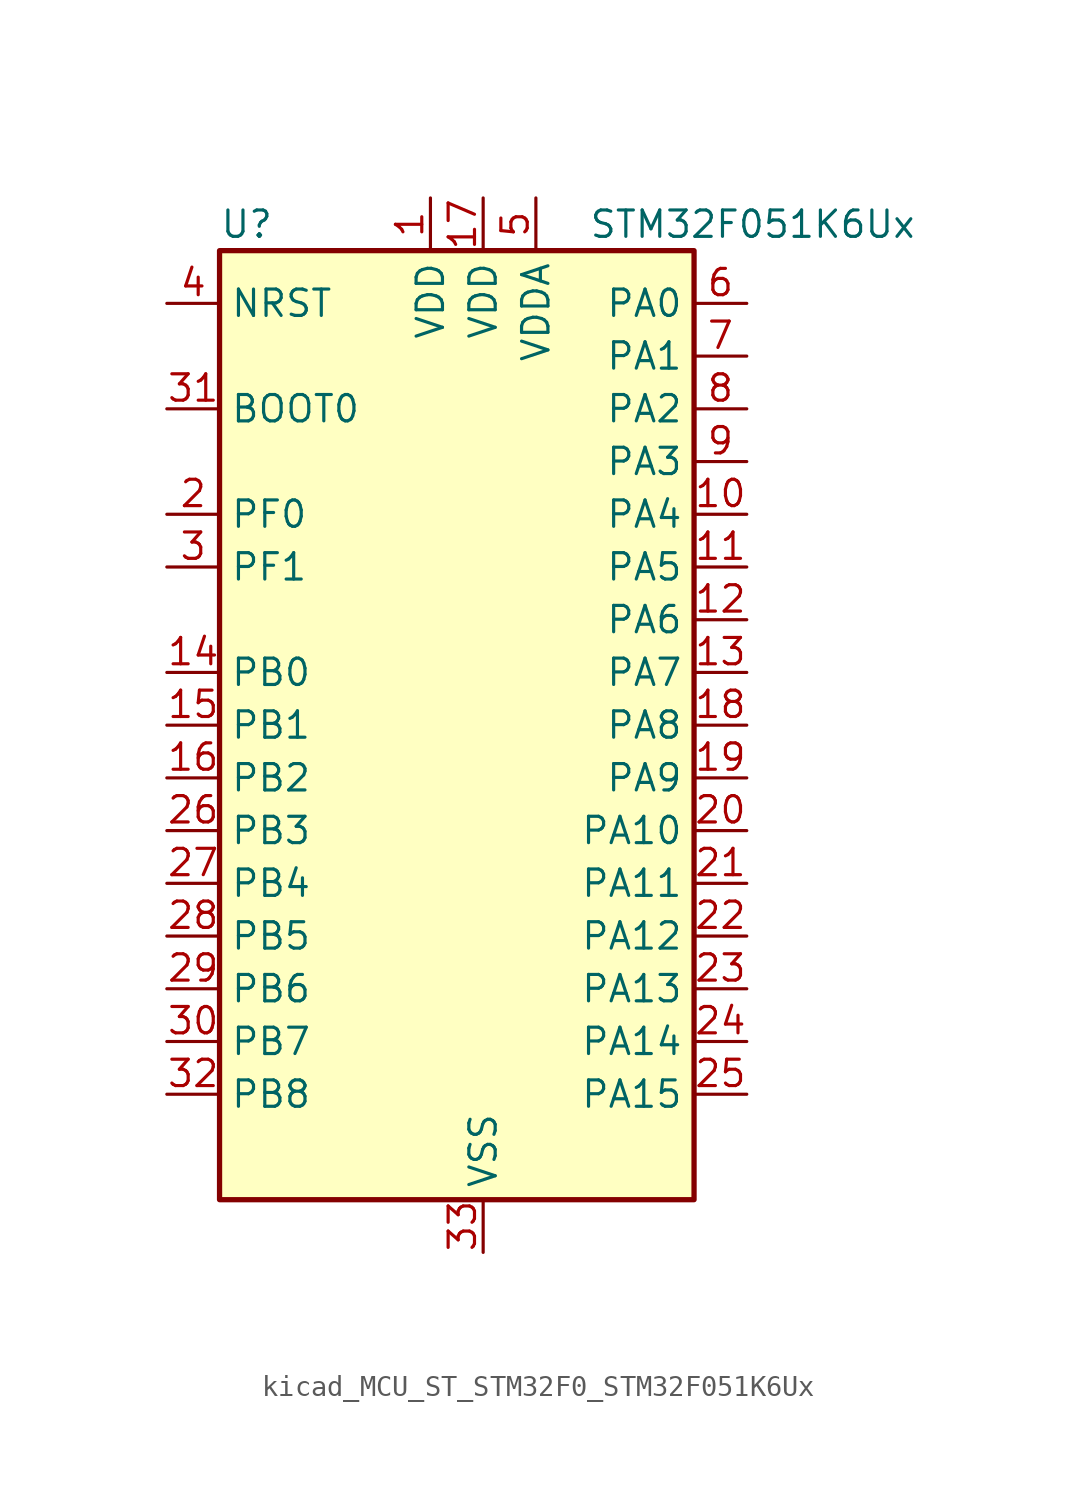
<source format=kicad_sym>
(kicad_symbol_lib
  (version 20220914)
  (generator kicad_symbol_editor)
  (symbol "kicad_MCU_ST_STM32F0_STM32F051K6Ux"
    (property "Reference" "U"
      (at -10.16 24.13 0)
      (effects (font (size 1.27 1.27)) (justify left)))
    (property "Value" "STM32F051K6Ux"
      (at 7.62 24.13 0)
      (effects (font (size 1.27 1.27)) (justify left)))
    (property "ki_locked" ""
      (at 0 0 0)
      (effects (font (size 1.27 1.27))))
    (symbol "kicad_MCU_ST_STM32F0_STM32F051K6Ux_0_1"
      (rectangle (start -10.16 -22.86) (end 12.7 22.86) (stroke (width 0.254) (type default)) (fill (type background))))
    (symbol "kicad_MCU_ST_STM32F0_STM32F051K6Ux_1_1"
      (pin power_in line (at 0 25.4 270) (length 2.54) (name "VDD" (effects (font (size 1.27 1.27)))) (number "1" (effects (font (size 1.27 1.27)))))
      (pin bidirectional line (at 15.24 10.16 180) (length 2.54) (name "PA4" (effects (font (size 1.27 1.27)))) (number "10" (effects (font (size 1.27 1.27)))) (alternate "ADC_IN4" bidirectional line) (alternate "COMP1_INM" bidirectional line) (alternate "COMP2_INM" bidirectional line) (alternate "DAC1_OUT1" bidirectional line) (alternate "I2S1_WS" bidirectional line) (alternate "SPI1_NSS" bidirectional line) (alternate "TIM14_CH1" bidirectional line) (alternate "TSC_G2_IO1" bidirectional line) (alternate "USART2_CK" bidirectional line))
      (pin bidirectional line (at 15.24 7.62 180) (length 2.54) (name "PA5" (effects (font (size 1.27 1.27)))) (number "11" (effects (font (size 1.27 1.27)))) (alternate "ADC_IN5" bidirectional line) (alternate "CEC" bidirectional line) (alternate "COMP1_INM" bidirectional line) (alternate "COMP2_INM" bidirectional line) (alternate "I2S1_CK" bidirectional line) (alternate "SPI1_SCK" bidirectional line) (alternate "TIM2_CH1" bidirectional line) (alternate "TIM2_ETR" bidirectional line) (alternate "TSC_G2_IO2" bidirectional line))
      (pin bidirectional line (at 15.24 5.08 180) (length 2.54) (name "PA6" (effects (font (size 1.27 1.27)))) (number "12" (effects (font (size 1.27 1.27)))) (alternate "ADC_IN6" bidirectional line) (alternate "COMP1_OUT" bidirectional line) (alternate "I2S1_MCK" bidirectional line) (alternate "SPI1_MISO" bidirectional line) (alternate "TIM16_CH1" bidirectional line) (alternate "TIM1_BKIN" bidirectional line) (alternate "TIM3_CH1" bidirectional line) (alternate "TSC_G2_IO3" bidirectional line))
      (pin bidirectional line (at 15.24 2.54 180) (length 2.54) (name "PA7" (effects (font (size 1.27 1.27)))) (number "13" (effects (font (size 1.27 1.27)))) (alternate "ADC_IN7" bidirectional line) (alternate "COMP2_OUT" bidirectional line) (alternate "I2S1_SD" bidirectional line) (alternate "SPI1_MOSI" bidirectional line) (alternate "TIM14_CH1" bidirectional line) (alternate "TIM17_CH1" bidirectional line) (alternate "TIM1_CH1N" bidirectional line) (alternate "TIM3_CH2" bidirectional line) (alternate "TSC_G2_IO4" bidirectional line))
      (pin bidirectional line (at -12.7 2.54 0) (length 2.54) (name "PB0" (effects (font (size 1.27 1.27)))) (number "14" (effects (font (size 1.27 1.27)))) (alternate "ADC_IN8" bidirectional line) (alternate "TIM1_CH2N" bidirectional line) (alternate "TIM3_CH3" bidirectional line) (alternate "TSC_G3_IO2" bidirectional line))
      (pin bidirectional line (at -12.7 0 0) (length 2.54) (name "PB1" (effects (font (size 1.27 1.27)))) (number "15" (effects (font (size 1.27 1.27)))) (alternate "ADC_IN9" bidirectional line) (alternate "TIM14_CH1" bidirectional line) (alternate "TIM1_CH3N" bidirectional line) (alternate "TIM3_CH4" bidirectional line) (alternate "TSC_G3_IO3" bidirectional line))
      (pin bidirectional line (at -12.7 -2.54 0) (length 2.54) (name "PB2" (effects (font (size 1.27 1.27)))) (number "16" (effects (font (size 1.27 1.27)))) (alternate "TSC_G3_IO4" bidirectional line))
      (pin power_in line (at 2.54 25.4 270) (length 2.54) (name "VDD" (effects (font (size 1.27 1.27)))) (number "17" (effects (font (size 1.27 1.27)))))
      (pin bidirectional line (at 15.24 0 180) (length 2.54) (name "PA8" (effects (font (size 1.27 1.27)))) (number "18" (effects (font (size 1.27 1.27)))) (alternate "RCC_MCO" bidirectional line) (alternate "TIM1_CH1" bidirectional line) (alternate "USART1_CK" bidirectional line))
      (pin bidirectional line (at 15.24 -2.54 180) (length 2.54) (name "PA9" (effects (font (size 1.27 1.27)))) (number "19" (effects (font (size 1.27 1.27)))) (alternate "DAC1_EXTI9" bidirectional line) (alternate "TIM15_BKIN" bidirectional line) (alternate "TIM1_CH2" bidirectional line) (alternate "TSC_G4_IO1" bidirectional line) (alternate "USART1_TX" bidirectional line))
      (pin bidirectional line (at -12.7 10.16 0) (length 2.54) (name "PF0" (effects (font (size 1.27 1.27)))) (number "2" (effects (font (size 1.27 1.27)))) (alternate "RCC_OSC_IN" bidirectional line))
      (pin bidirectional line (at 15.24 -5.08 180) (length 2.54) (name "PA10" (effects (font (size 1.27 1.27)))) (number "20" (effects (font (size 1.27 1.27)))) (alternate "TIM17_BKIN" bidirectional line) (alternate "TIM1_CH3" bidirectional line) (alternate "TSC_G4_IO2" bidirectional line) (alternate "USART1_RX" bidirectional line))
      (pin bidirectional line (at 15.24 -7.62 180) (length 2.54) (name "PA11" (effects (font (size 1.27 1.27)))) (number "21" (effects (font (size 1.27 1.27)))) (alternate "COMP1_OUT" bidirectional line) (alternate "TIM1_CH4" bidirectional line) (alternate "TSC_G4_IO3" bidirectional line) (alternate "USART1_CTS" bidirectional line))
      (pin bidirectional line (at 15.24 -10.16 180) (length 2.54) (name "PA12" (effects (font (size 1.27 1.27)))) (number "22" (effects (font (size 1.27 1.27)))) (alternate "COMP2_OUT" bidirectional line) (alternate "TIM1_ETR" bidirectional line) (alternate "TSC_G4_IO4" bidirectional line) (alternate "USART1_DE" bidirectional line) (alternate "USART1_RTS" bidirectional line))
      (pin bidirectional line (at 15.24 -12.7 180) (length 2.54) (name "PA13" (effects (font (size 1.27 1.27)))) (number "23" (effects (font (size 1.27 1.27)))) (alternate "IR_OUT" bidirectional line) (alternate "SYS_SWDIO" bidirectional line))
      (pin bidirectional line (at 15.24 -15.24 180) (length 2.54) (name "PA14" (effects (font (size 1.27 1.27)))) (number "24" (effects (font (size 1.27 1.27)))) (alternate "SYS_SWCLK" bidirectional line) (alternate "USART2_TX" bidirectional line))
      (pin bidirectional line (at 15.24 -17.78 180) (length 2.54) (name "PA15" (effects (font (size 1.27 1.27)))) (number "25" (effects (font (size 1.27 1.27)))) (alternate "I2S1_WS" bidirectional line) (alternate "SPI1_NSS" bidirectional line) (alternate "TIM2_CH1" bidirectional line) (alternate "TIM2_ETR" bidirectional line) (alternate "USART2_RX" bidirectional line))
      (pin bidirectional line (at -12.7 -5.08 0) (length 2.54) (name "PB3" (effects (font (size 1.27 1.27)))) (number "26" (effects (font (size 1.27 1.27)))) (alternate "I2S1_CK" bidirectional line) (alternate "SPI1_SCK" bidirectional line) (alternate "TIM2_CH2" bidirectional line) (alternate "TSC_G5_IO1" bidirectional line))
      (pin bidirectional line (at -12.7 -7.62 0) (length 2.54) (name "PB4" (effects (font (size 1.27 1.27)))) (number "27" (effects (font (size 1.27 1.27)))) (alternate "I2S1_MCK" bidirectional line) (alternate "SPI1_MISO" bidirectional line) (alternate "TIM3_CH1" bidirectional line) (alternate "TSC_G5_IO2" bidirectional line))
      (pin bidirectional line (at -12.7 -10.16 0) (length 2.54) (name "PB5" (effects (font (size 1.27 1.27)))) (number "28" (effects (font (size 1.27 1.27)))) (alternate "I2C1_SMBA" bidirectional line) (alternate "I2S1_SD" bidirectional line) (alternate "SPI1_MOSI" bidirectional line) (alternate "TIM16_BKIN" bidirectional line) (alternate "TIM3_CH2" bidirectional line))
      (pin bidirectional line (at -12.7 -12.7 0) (length 2.54) (name "PB6" (effects (font (size 1.27 1.27)))) (number "29" (effects (font (size 1.27 1.27)))) (alternate "I2C1_SCL" bidirectional line) (alternate "TIM16_CH1N" bidirectional line) (alternate "TSC_G5_IO3" bidirectional line) (alternate "USART1_TX" bidirectional line))
      (pin bidirectional line (at -12.7 7.62 0) (length 2.54) (name "PF1" (effects (font (size 1.27 1.27)))) (number "3" (effects (font (size 1.27 1.27)))) (alternate "RCC_OSC_OUT" bidirectional line))
      (pin bidirectional line (at -12.7 -15.24 0) (length 2.54) (name "PB7" (effects (font (size 1.27 1.27)))) (number "30" (effects (font (size 1.27 1.27)))) (alternate "I2C1_SDA" bidirectional line) (alternate "TIM17_CH1N" bidirectional line) (alternate "TSC_G5_IO4" bidirectional line) (alternate "USART1_RX" bidirectional line))
      (pin input line (at -12.7 15.24 0) (length 2.54) (name "BOOT0" (effects (font (size 1.27 1.27)))) (number "31" (effects (font (size 1.27 1.27)))))
      (pin bidirectional line (at -12.7 -17.78 0) (length 2.54) (name "PB8" (effects (font (size 1.27 1.27)))) (number "32" (effects (font (size 1.27 1.27)))) (alternate "CEC" bidirectional line) (alternate "I2C1_SCL" bidirectional line) (alternate "TIM16_CH1" bidirectional line) (alternate "TSC_SYNC" bidirectional line))
      (pin power_in line (at 2.54 -25.4 90) (length 2.54) (name "VSS" (effects (font (size 1.27 1.27)))) (number "33" (effects (font (size 1.27 1.27)))))
      (pin input line (at -12.7 20.32 0) (length 2.54) (name "NRST" (effects (font (size 1.27 1.27)))) (number "4" (effects (font (size 1.27 1.27)))))
      (pin power_in line (at 5.08 25.4 270) (length 2.54) (name "VDDA" (effects (font (size 1.27 1.27)))) (number "5" (effects (font (size 1.27 1.27)))))
      (pin bidirectional line (at 15.24 20.32 180) (length 2.54) (name "PA0" (effects (font (size 1.27 1.27)))) (number "6" (effects (font (size 1.27 1.27)))) (alternate "ADC_IN0" bidirectional line) (alternate "COMP1_INM" bidirectional line) (alternate "COMP1_OUT" bidirectional line) (alternate "RTC_TAMP2" bidirectional line) (alternate "SYS_WKUP1" bidirectional line) (alternate "TIM2_CH1" bidirectional line) (alternate "TIM2_ETR" bidirectional line) (alternate "TSC_G1_IO1" bidirectional line) (alternate "USART2_CTS" bidirectional line))
      (pin bidirectional line (at 15.24 17.78 180) (length 2.54) (name "PA1" (effects (font (size 1.27 1.27)))) (number "7" (effects (font (size 1.27 1.27)))) (alternate "ADC_IN1" bidirectional line) (alternate "COMP1_INP" bidirectional line) (alternate "TIM2_CH2" bidirectional line) (alternate "TSC_G1_IO2" bidirectional line) (alternate "USART2_DE" bidirectional line) (alternate "USART2_RTS" bidirectional line))
      (pin bidirectional line (at 15.24 15.24 180) (length 2.54) (name "PA2" (effects (font (size 1.27 1.27)))) (number "8" (effects (font (size 1.27 1.27)))) (alternate "ADC_IN2" bidirectional line) (alternate "COMP2_INM" bidirectional line) (alternate "COMP2_OUT" bidirectional line) (alternate "TIM15_CH1" bidirectional line) (alternate "TIM2_CH3" bidirectional line) (alternate "TSC_G1_IO3" bidirectional line) (alternate "USART2_TX" bidirectional line))
      (pin bidirectional line (at 15.24 12.7 180) (length 2.54) (name "PA3" (effects (font (size 1.27 1.27)))) (number "9" (effects (font (size 1.27 1.27)))) (alternate "ADC_IN3" bidirectional line) (alternate "COMP2_INP" bidirectional line) (alternate "TIM15_CH2" bidirectional line) (alternate "TIM2_CH4" bidirectional line) (alternate "TSC_G1_IO4" bidirectional line) (alternate "USART2_RX" bidirectional line)))))
</source>
